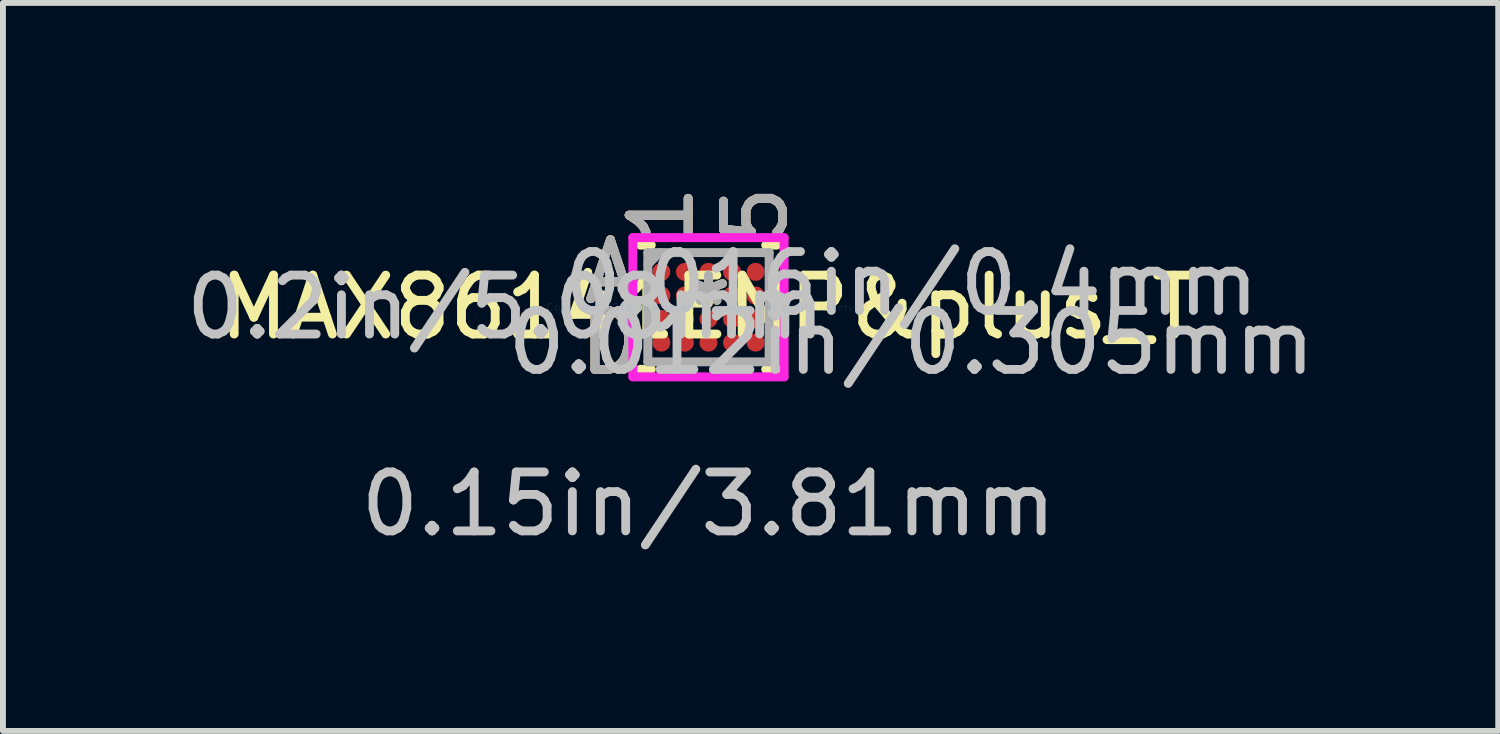
<source format=kicad_pcb>
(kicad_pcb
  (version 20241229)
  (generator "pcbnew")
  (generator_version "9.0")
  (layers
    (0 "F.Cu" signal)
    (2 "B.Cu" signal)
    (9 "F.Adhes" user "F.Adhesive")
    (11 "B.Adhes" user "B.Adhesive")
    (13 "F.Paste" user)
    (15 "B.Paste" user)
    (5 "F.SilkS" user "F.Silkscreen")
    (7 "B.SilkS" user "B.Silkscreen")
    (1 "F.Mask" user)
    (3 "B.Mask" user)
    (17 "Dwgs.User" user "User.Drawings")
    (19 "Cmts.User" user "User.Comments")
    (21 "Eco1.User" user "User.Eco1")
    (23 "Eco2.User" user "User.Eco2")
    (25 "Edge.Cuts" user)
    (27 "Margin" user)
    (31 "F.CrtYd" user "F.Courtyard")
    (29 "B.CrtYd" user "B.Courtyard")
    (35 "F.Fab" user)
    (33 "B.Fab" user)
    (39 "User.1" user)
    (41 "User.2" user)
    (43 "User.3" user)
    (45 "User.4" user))
  (footprint "MAX86141ENP&plus_T"
    (layer "F.Cu")
    (at 8.971 2.163)
    (property "Reference" "MAX86141ENP&plus_T" (at 0 0 0) (layer "F.SilkS") (effects (font (size 1 1) (thickness 0.15))))
    (attr through_hole)
    (fp_line (start -1.156 1.054) (end -0.971 1.054) (stroke (width 0.152) (type solid)) (layer "F.SilkS"))
    (fp_line (start -0.971 -1.054) (end -1.156 -1.054) (stroke (width 0.152) (type solid)) (layer "F.SilkS"))
    (fp_line (start 0.971 1.054) (end 1.156 1.054) (stroke (width 0.152) (type solid)) (layer "F.SilkS"))
    (fp_line (start 1.156 -1.054) (end 0.971 -1.054) (stroke (width 0.152) (type solid)) (layer "F.SilkS"))
    (fp_line (start -1.283 -1.181) (end 1.283 -1.181) (stroke (width 0.152) (type solid)) (layer "F.CrtYd"))
    (fp_line (start -1.283 1.181) (end -1.283 -1.181) (stroke (width 0.152) (type solid)) (layer "F.CrtYd"))
    (fp_line (start 1.283 -1.181) (end 1.283 1.181) (stroke (width 0.152) (type solid)) (layer "F.CrtYd"))
    (fp_line (start 1.283 1.181) (end -1.283 1.181) (stroke (width 0.152) (type solid)) (layer "F.CrtYd"))
    (fp_line (start -1.029 -0.927) (end -1.029 0.927) (stroke (width 0.152) (type solid)) (layer "F.Fab"))
    (fp_line (start -1.029 0.927) (end 1.029 0.927) (stroke (width 0.152) (type solid)) (layer "F.Fab"))
    (fp_line (start -0.829 -0.927) (end -1.029 -0.727) (stroke (width 0.152) (type solid)) (layer "F.Fab"))
    (fp_line (start 1.029 -0.927) (end -1.029 -0.927) (stroke (width 0.152) (type solid)) (layer "F.Fab"))
    (fp_line (start 1.029 0.927) (end 1.029 -0.927) (stroke (width 0.152) (type solid)) (layer "F.Fab"))
    (fp_text user "*" (at 0 0 0) (layer "F.SilkS") (effects (font (size 1 1) (thickness 0.15))))
    (fp_text user "5" (at 0.8 -1.562 90) (layer "F.SilkS") (effects (font (size 1 1) (thickness 0.15))))
    (fp_text user "A" (at -1.664 -0.6 0) (layer "F.SilkS") (effects (font (size 1 1) (thickness 0.15))))
    (fp_text user "1" (at -0.8 -1.562 90) (layer "F.SilkS") (effects (font (size 1 1) (thickness 0.15))))
    (fp_text user "D" (at -1.664 0.6 0) (layer "F.SilkS") (effects (font (size 1 1) (thickness 0.15))))
    (fp_text user "A" (at -1.664 -0.6 0) (layer "B.SilkS") (effects (font (size 1 1) (thickness 0.15))))
    (fp_text user "1" (at -0.8 -1.562 90) (layer "B.SilkS") (effects (font (size 1 1) (thickness 0.15))))
    (fp_text user "5" (at 0.8 -1.562 90) (layer "B.SilkS") (effects (font (size 1 1) (thickness 0.15))))
    (fp_text user "D" (at -1.664 0.6 0) (layer "B.SilkS") (effects (font (size 1 1) (thickness 0.15))))
    (fp_text user "0.2in/5.08mm" (at -3.442 0 0) (layer "Dwgs.User") (effects (font (size 1 1) (thickness 0.15))))
    (fp_text user "0.016in/0.4mm" (at 3.442 -0.4 0) (layer "Dwgs.User") (effects (font (size 1 1) (thickness 0.15))))
    (fp_text user "0.15in/3.81mm" (at 0 3.34 0) (layer "Dwgs.User") (effects (font (size 1 1) (thickness 0.15))))
    (fp_text user "0.012in/0.305mm" (at 3.442 0.6 0) (layer "Dwgs.User") (effects (font (size 1 1) (thickness 0.15))))
    (fp_text user "Copyright 2016 Accelerated Designs. All rights reserved." (at 0 0 0) (layer "Cmts.User") (effects (font (size 0.127 0.127) (thickness 0.002))))
    (fp_text user "5" (at 0.8 -1.562 90) (layer "F.Fab") (effects (font (size 1 1) (thickness 0.15))))
    (fp_text user "*" (at 0 0 0) (layer "F.Fab") (effects (font (size 1 1) (thickness 0.15))))
    (fp_text user "D" (at -1.664 0.6 0) (layer "F.Fab") (effects (font (size 1 1) (thickness 0.15))))
    (fp_text user "A" (at -1.664 -0.6 0) (layer "F.Fab") (effects (font (size 1 1) (thickness 0.15))))
    (fp_text user "1" (at -0.8 -1.562 90) (layer "F.Fab") (effects (font (size 1 1) (thickness 0.15))))
    (pad "A1" smd circle (at -0.8 -0.6) (size 0.305 0.305) (layers "F.Cu" "F.Mask" "F.Paste"))
    (pad "A2" smd circle (at -0.4 -0.6) (size 0.305 0.305) (layers "F.Cu" "F.Mask" "F.Paste"))
    (pad "A3" smd circle (at 0 -0.6) (size 0.305 0.305) (layers "F.Cu" "F.Mask" "F.Paste"))
    (pad "A4" smd circle (at 0.4 -0.6) (size 0.305 0.305) (layers "F.Cu" "F.Mask" "F.Paste"))
    (pad "A5" smd circle (at 0.8 -0.6) (size 0.305 0.305) (layers "F.Cu" "F.Mask" "F.Paste"))
    (pad "B1" smd circle (at -0.8 -0.2) (size 0.305 0.305) (layers "F.Cu" "F.Mask" "F.Paste"))
    (pad "B2" smd circle (at -0.4 -0.2) (size 0.305 0.305) (layers "F.Cu" "F.Mask" "F.Paste"))
    (pad "B3" smd circle (at 0 -0.2) (size 0.305 0.305) (layers "F.Cu" "F.Mask" "F.Paste"))
    (pad "B4" smd circle (at 0.4 -0.2) (size 0.305 0.305) (layers "F.Cu" "F.Mask" "F.Paste"))
    (pad "B5" smd circle (at 0.8 -0.2) (size 0.305 0.305) (layers "F.Cu" "F.Mask" "F.Paste"))
    (pad "C1" smd circle (at -0.8 0.2) (size 0.305 0.305) (layers "F.Cu" "F.Mask" "F.Paste"))
    (pad "C2" smd circle (at -0.4 0.2) (size 0.305 0.305) (layers "F.Cu" "F.Mask" "F.Paste"))
    (pad "C3" smd circle (at 0 0.2) (size 0.305 0.305) (layers "F.Cu" "F.Mask" "F.Paste"))
    (pad "C4" smd circle (at 0.4 0.2) (size 0.305 0.305) (layers "F.Cu" "F.Mask" "F.Paste"))
    (pad "C5" smd circle (at 0.8 0.2) (size 0.305 0.305) (layers "F.Cu" "F.Mask" "F.Paste"))
    (pad "D1" smd circle (at -0.8 0.6) (size 0.305 0.305) (layers "F.Cu" "F.Mask" "F.Paste"))
    (pad "D2" smd circle (at -0.4 0.6) (size 0.305 0.305) (layers "F.Cu" "F.Mask" "F.Paste"))
    (pad "D3" smd circle (at 0 0.6) (size 0.305 0.305) (layers "F.Cu" "F.Mask" "F.Paste"))
    (pad "D4" smd circle (at 0.4 0.6) (size 0.305 0.305) (layers "F.Cu" "F.Mask" "F.Paste"))
    (pad "D5" smd circle (at 0.8 0.6) (size 0.305 0.305) (layers "F.Cu" "F.Mask" "F.Paste")))
  (gr_rect
    (start -3 -3)
    (end 22.371 9.352)
    (stroke (width 0.1) (type default))
    (fill no)
    (layer "Edge.Cuts")))
</source>
